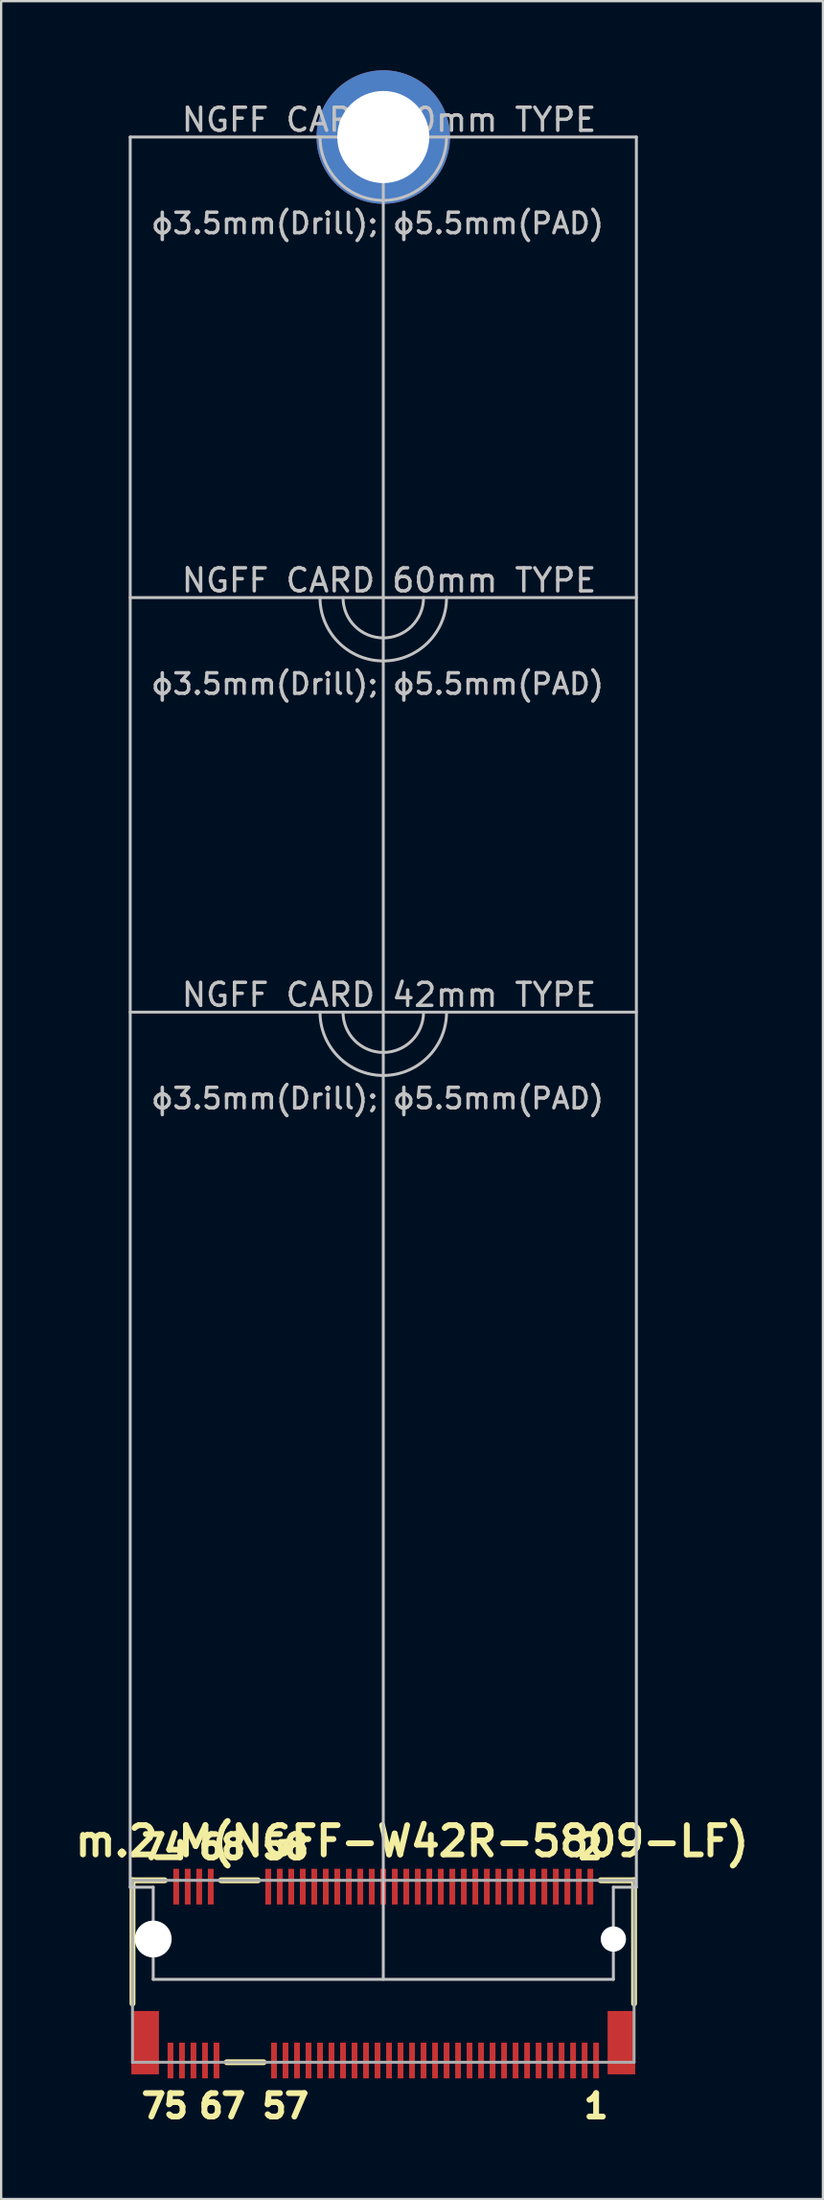
<source format=kicad_pcb>
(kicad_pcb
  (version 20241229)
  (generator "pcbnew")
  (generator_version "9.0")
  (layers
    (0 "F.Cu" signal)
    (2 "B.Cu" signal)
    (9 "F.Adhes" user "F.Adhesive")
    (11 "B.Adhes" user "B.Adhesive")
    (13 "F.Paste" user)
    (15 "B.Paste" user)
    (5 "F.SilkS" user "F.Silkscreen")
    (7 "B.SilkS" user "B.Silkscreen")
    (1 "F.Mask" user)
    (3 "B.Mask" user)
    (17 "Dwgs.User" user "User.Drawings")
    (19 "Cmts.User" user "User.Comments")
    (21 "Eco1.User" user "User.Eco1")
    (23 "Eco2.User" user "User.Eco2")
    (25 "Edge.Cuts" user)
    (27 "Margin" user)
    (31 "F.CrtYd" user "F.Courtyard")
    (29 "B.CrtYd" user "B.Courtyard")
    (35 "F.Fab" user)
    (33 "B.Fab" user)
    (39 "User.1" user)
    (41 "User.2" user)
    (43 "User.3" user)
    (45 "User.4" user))
  (footprint "m.2_M(NGFF-W42R-5809-LF)"
    (layer "F.Cu")
    (at 13.609 82.65)
    (property "Reference" "m.2_M(NGFF-W42R-5809-LF)" (at 1.25 -5.75 0) (layer "F.SilkS") (effects (font (size 1.27 1.27) (thickness 0.254))))
    (attr smd)
    (fp_line (start -10.9 -4.05) (end -9.5 -4.05) (stroke (width 0.254) (type solid)) (layer "F.SilkS"))
    (fp_line (start -10.9 1.3) (end -10.9 -4.05) (stroke (width 0.254) (type solid)) (layer "F.SilkS"))
    (fp_line (start -7.05 -4.05) (end -5.45 -4.05) (stroke (width 0.254) (type solid)) (layer "F.SilkS"))
    (fp_line (start -6.8 3.85) (end -5.2 3.85) (stroke (width 0.254) (type solid)) (layer "F.SilkS"))
    (fp_line (start 9.45 -4.05) (end 10.9 -4.05) (stroke (width 0.254) (type solid)) (layer "F.SilkS"))
    (fp_line (start 10.9 -4.05) (end 10.9 1.3) (stroke (width 0.254) (type solid)) (layer "F.SilkS"))
    (fp_line (start -11 -79.75) (end -11 -3.75) (stroke (width 0.127) (type solid)) (layer "Dwgs.User"))
    (fp_line (start -11 -3.75) (end -10 -3.75) (stroke (width 0.127) (type solid)) (layer "Dwgs.User"))
    (fp_line (start -10 -3.75) (end -10 0.25) (stroke (width 0.127) (type solid)) (layer "Dwgs.User"))
    (fp_line (start -10 0.25) (end 10 0.25) (stroke (width 0.127) (type solid)) (layer "Dwgs.User"))
    (fp_line (start 0 -41.75) (end 0 -79.75) (stroke (width 0.127) (type solid)) (layer "Dwgs.User"))
    (fp_line (start 0 -41.75) (end 0 0.25) (stroke (width 0.127) (type solid)) (layer "Dwgs.User"))
    (fp_line (start 10 -3.75) (end 10 0.25) (stroke (width 0.127) (type solid)) (layer "Dwgs.User"))
    (fp_line (start 11 -79.75) (end -11 -79.75) (stroke (width 0.127) (type solid)) (layer "Dwgs.User"))
    (fp_line (start 11 -59.75) (end -11 -59.75) (stroke (width 0.127) (type solid)) (layer "Dwgs.User"))
    (fp_line (start 11 -41.75) (end -11 -41.75) (stroke (width 0.127) (type solid)) (layer "Dwgs.User"))
    (fp_line (start 11 -3.75) (end 10 -3.75) (stroke (width 0.127) (type solid)) (layer "Dwgs.User"))
    (fp_line (start 11 -3.75) (end 11 -79.75) (stroke (width 0.127) (type solid)) (layer "Dwgs.User"))
    (fp_arc (start 1.75 -79.75) (mid 0 -78) (end -1.75 -79.75) (stroke (width 0.127) (type solid)) (layer "Dwgs.User"))
    (fp_arc (start 1.75 -59.75) (mid 0 -58) (end -1.75 -59.75) (stroke (width 0.127) (type solid)) (layer "Dwgs.User"))
    (fp_arc (start 1.75 -41.75) (mid 0 -40) (end -1.75 -41.75) (stroke (width 0.127) (type solid)) (layer "Dwgs.User"))
    (fp_arc (start 2.75 -79.75) (mid 0 -77) (end -2.75 -79.75) (stroke (width 0.127) (type solid)) (layer "Dwgs.User"))
    (fp_arc (start 2.75 -59.75) (mid 0 -57) (end -2.75 -59.75) (stroke (width 0.127) (type solid)) (layer "Dwgs.User"))
    (fp_arc (start 2.75 -41.75) (mid 0 -39) (end -2.75 -41.75) (stroke (width 0.127) (type solid)) (layer "Dwgs.User"))
    (fp_line (start -10.9 -4.05) (end 10.9 -4.05) (stroke (width 0.127) (type solid)) (layer "F.Fab"))
    (fp_line (start -10.9 3.85) (end -10.9 -4.05) (stroke (width 0.127) (type solid)) (layer "F.Fab"))
    (fp_line (start -10.9 3.85) (end 10.9 3.85) (stroke (width 0.127) (type solid)) (layer "F.Fab"))
    (fp_line (start 10.9 3.85) (end 10.9 -4.05) (stroke (width 0.127) (type solid)) (layer "F.Fab"))
    (fp_text user "67" (at -7 5.75 0) (layer "F.SilkS") (effects (font (size 1.016 1.016) (thickness 0.254))))
    (fp_text user "74" (at -9.5 -5.5 0) (layer "F.SilkS") (effects (font (size 1.016 1.016) (thickness 0.254))))
    (fp_text user "57" (at -4.25 5.75 0) (layer "F.SilkS") (effects (font (size 1.016 1.016) (thickness 0.254))))
    (fp_text user "75" (at -9.5 5.75 0) (layer "F.SilkS") (effects (font (size 1.016 1.016) (thickness 0.254))))
    (fp_text user "58" (at -4.25 -5.5 0) (layer "F.SilkS") (effects (font (size 1.016 1.016) (thickness 0.254))))
    (fp_text user "68" (at -7 -5.5 0) (layer "F.SilkS") (effects (font (size 1.016 1.016) (thickness 0.254))))
    (fp_text user "1" (at 9.25 5.75 0) (layer "F.SilkS") (effects (font (size 1.016 1.016) (thickness 0.254))))
    (fp_text user "2" (at 9 -5.5 0) (layer "F.SilkS") (effects (font (size 1.016 1.016) (thickness 0.254))))
    (fp_text user "ф3.5mm(Drill); ф5.5mm(PAD)" (at -0.25 -76 0) (layer "Dwgs.User") (effects (font (size 0.889 0.889) (thickness 0.15))))
    (fp_text user "NGFF CARD 80mm TYPE" (at 0.25 -80.5 0) (layer "Dwgs.User") (effects (font (size 1 1) (thickness 0.15))))
    (fp_text user "NGFF CARD 60mm TYPE" (at 0.25 -60.5 0) (layer "Dwgs.User") (effects (font (size 1 1) (thickness 0.15))))
    (fp_text user "NGFF CARD 42mm TYPE" (at 0.25 -42.5 0) (layer "Dwgs.User") (effects (font (size 1 1) (thickness 0.15))))
    (fp_text user "ф3.5mm(Drill); ф5.5mm(PAD)" (at -0.25 -56 0) (layer "Dwgs.User") (effects (font (size 0.889 0.889) (thickness 0.15))))
    (fp_text user "ф3.5mm(Drill); ф5.5mm(PAD)" (at -0.25 -38 0) (layer "Dwgs.User") (effects (font (size 0.889 0.889) (thickness 0.15))))
    (pad "" np_thru_hole circle (at -10 -1.5) (size 1.6 1.6) (drill 1.6) (layers "*.Cu" "*.Mask"))
    (pad "" np_thru_hole circle (at 10 -1.5) (size 1.1 1.1) (drill 1.1) (layers "*.Cu" "*.Mask"))
    (pad "1" smd rect (at 9.25 3.775) (size 0.25 1.55) (layers "F.Cu" "F.Mask" "F.Paste"))
    (pad "2" smd rect (at 9 -3.775) (size 0.25 1.55) (layers "F.Cu" "F.Mask" "F.Paste"))
    (pad "3" smd rect (at 8.75 3.775) (size 0.25 1.55) (layers "F.Cu" "F.Mask" "F.Paste"))
    (pad "4" smd rect (at 8.5 -3.775) (size 0.25 1.55) (layers "F.Cu" "F.Mask" "F.Paste"))
    (pad "5" smd rect (at 8.25 3.775) (size 0.25 1.55) (layers "F.Cu" "F.Mask" "F.Paste"))
    (pad "6" smd rect (at 8 -3.775) (size 0.25 1.55) (layers "F.Cu" "F.Mask" "F.Paste"))
    (pad "7" smd rect (at 7.75 3.775) (size 0.25 1.55) (layers "F.Cu" "F.Mask" "F.Paste"))
    (pad "8" smd rect (at 7.5 -3.775) (size 0.25 1.55) (layers "F.Cu" "F.Mask" "F.Paste"))
    (pad "9" smd rect (at 7.25 3.775) (size 0.25 1.55) (layers "F.Cu" "F.Mask" "F.Paste"))
    (pad "10" smd rect (at 7 -3.775) (size 0.25 1.55) (layers "F.Cu" "F.Mask" "F.Paste"))
    (pad "11" smd rect (at 6.75 3.775) (size 0.25 1.55) (layers "F.Cu" "F.Mask" "F.Paste"))
    (pad "12" smd rect (at 6.5 -3.775) (size 0.25 1.55) (layers "F.Cu" "F.Mask" "F.Paste"))
    (pad "13" smd rect (at 6.25 3.775) (size 0.25 1.55) (layers "F.Cu" "F.Mask" "F.Paste"))
    (pad "14" smd rect (at 6 -3.775) (size 0.25 1.55) (layers "F.Cu" "F.Mask" "F.Paste"))
    (pad "15" smd rect (at 5.75 3.775) (size 0.25 1.55) (layers "F.Cu" "F.Mask" "F.Paste"))
    (pad "16" smd rect (at 5.5 -3.775) (size 0.25 1.55) (layers "F.Cu" "F.Mask" "F.Paste"))
    (pad "17" smd rect (at 5.25 3.775) (size 0.25 1.55) (layers "F.Cu" "F.Mask" "F.Paste"))
    (pad "18" smd rect (at 5 -3.775) (size 0.25 1.55) (layers "F.Cu" "F.Mask" "F.Paste"))
    (pad "19" smd rect (at 4.75 3.775) (size 0.25 1.55) (layers "F.Cu" "F.Mask" "F.Paste"))
    (pad "20" smd rect (at 4.5 -3.775) (size 0.25 1.55) (layers "F.Cu" "F.Mask" "F.Paste"))
    (pad "21" smd rect (at 4.25 3.775) (size 0.25 1.55) (layers "F.Cu" "F.Mask" "F.Paste"))
    (pad "22" smd rect (at 4 -3.775) (size 0.25 1.55) (layers "F.Cu" "F.Mask" "F.Paste"))
    (pad "23" smd rect (at 3.75 3.775) (size 0.25 1.55) (layers "F.Cu" "F.Mask" "F.Paste"))
    (pad "24" smd rect (at 3.5 -3.775) (size 0.25 1.55) (layers "F.Cu" "F.Mask" "F.Paste"))
    (pad "25" smd rect (at 3.25 3.775) (size 0.25 1.55) (layers "F.Cu" "F.Mask" "F.Paste"))
    (pad "26" smd rect (at 3 -3.775) (size 0.25 1.55) (layers "F.Cu" "F.Mask" "F.Paste"))
    (pad "27" smd rect (at 2.75 3.775) (size 0.25 1.55) (layers "F.Cu" "F.Mask" "F.Paste"))
    (pad "28" smd rect (at 2.5 -3.775) (size 0.25 1.55) (layers "F.Cu" "F.Mask" "F.Paste"))
    (pad "29" smd rect (at 2.25 3.775) (size 0.25 1.55) (layers "F.Cu" "F.Mask" "F.Paste"))
    (pad "30" smd rect (at 2 -3.775) (size 0.25 1.55) (layers "F.Cu" "F.Mask" "F.Paste"))
    (pad "31" smd rect (at 1.75 3.775) (size 0.25 1.55) (layers "F.Cu" "F.Mask" "F.Paste"))
    (pad "32" smd rect (at 1.5 -3.775) (size 0.25 1.55) (layers "F.Cu" "F.Mask" "F.Paste"))
    (pad "33" smd rect (at 1.25 3.775) (size 0.25 1.55) (layers "F.Cu" "F.Mask" "F.Paste"))
    (pad "34" smd rect (at 1 -3.775) (size 0.25 1.55) (layers "F.Cu" "F.Mask" "F.Paste"))
    (pad "35" smd rect (at 0.75 3.775) (size 0.25 1.55) (layers "F.Cu" "F.Mask" "F.Paste"))
    (pad "36" smd rect (at 0.5 -3.775) (size 0.25 1.55) (layers "F.Cu" "F.Mask" "F.Paste"))
    (pad "37" smd rect (at 0.25 3.775) (size 0.25 1.55) (layers "F.Cu" "F.Mask" "F.Paste"))
    (pad "38" smd rect (at 0 -3.775) (size 0.25 1.55) (layers "F.Cu" "F.Mask" "F.Paste"))
    (pad "39" smd rect (at -0.25 3.775) (size 0.25 1.55) (layers "F.Cu" "F.Mask" "F.Paste"))
    (pad "40" smd rect (at -0.5 -3.775) (size 0.25 1.55) (layers "F.Cu" "F.Mask" "F.Paste"))
    (pad "41" smd rect (at -0.75 3.775) (size 0.25 1.55) (layers "F.Cu" "F.Mask" "F.Paste"))
    (pad "42" smd rect (at -1 -3.775) (size 0.25 1.55) (layers "F.Cu" "F.Mask" "F.Paste"))
    (pad "43" smd rect (at -1.25 3.775) (size 0.25 1.55) (layers "F.Cu" "F.Mask" "F.Paste"))
    (pad "44" smd rect (at -1.5 -3.775) (size 0.25 1.55) (layers "F.Cu" "F.Mask" "F.Paste"))
    (pad "45" smd rect (at -1.75 3.775) (size 0.25 1.55) (layers "F.Cu" "F.Mask" "F.Paste"))
    (pad "46" smd rect (at -2 -3.775) (size 0.25 1.55) (layers "F.Cu" "F.Mask" "F.Paste"))
    (pad "47" smd rect (at -2.25 3.775) (size 0.25 1.55) (layers "F.Cu" "F.Mask" "F.Paste"))
    (pad "48" smd rect (at -2.5 -3.775) (size 0.25 1.55) (layers "F.Cu" "F.Mask" "F.Paste"))
    (pad "49" smd rect (at -2.75 3.775) (size 0.25 1.55) (layers "F.Cu" "F.Mask" "F.Paste"))
    (pad "50" smd rect (at -3 -3.775) (size 0.25 1.55) (layers "F.Cu" "F.Mask" "F.Paste"))
    (pad "51" smd rect (at -3.25 3.775) (size 0.25 1.55) (layers "F.Cu" "F.Mask" "F.Paste"))
    (pad "52" smd rect (at -3.5 -3.775) (size 0.25 1.55) (layers "F.Cu" "F.Mask" "F.Paste"))
    (pad "53" smd rect (at -3.75 3.775) (size 0.25 1.55) (layers "F.Cu" "F.Mask" "F.Paste"))
    (pad "54" smd rect (at -4 -3.775) (size 0.25 1.55) (layers "F.Cu" "F.Mask" "F.Paste"))
    (pad "55" smd rect (at -4.25 3.775) (size 0.25 1.55) (layers "F.Cu" "F.Mask" "F.Paste"))
    (pad "56" smd rect (at -4.5 -3.775) (size 0.25 1.55) (layers "F.Cu" "F.Mask" "F.Paste"))
    (pad "57" smd rect (at -4.75 3.775) (size 0.25 1.55) (layers "F.Cu" "F.Mask" "F.Paste"))
    (pad "58" smd rect (at -5 -3.775) (size 0.25 1.55) (layers "F.Cu" "F.Mask" "F.Paste"))
    (pad "67" smd rect (at -7.25 3.775) (size 0.25 1.55) (layers "F.Cu" "F.Mask" "F.Paste"))
    (pad "68" smd rect (at -7.5 -3.775) (size 0.25 1.55) (layers "F.Cu" "F.Mask" "F.Paste"))
    (pad "69" smd rect (at -7.75 3.775) (size 0.25 1.55) (layers "F.Cu" "F.Mask" "F.Paste"))
    (pad "70" smd rect (at -8 -3.775) (size 0.25 1.55) (layers "F.Cu" "F.Mask" "F.Paste"))
    (pad "71" smd rect (at -8.25 3.775) (size 0.25 1.55) (layers "F.Cu" "F.Mask" "F.Paste"))
    (pad "72" smd rect (at -8.5 -3.775) (size 0.25 1.55) (layers "F.Cu" "F.Mask" "F.Paste"))
    (pad "73" smd rect (at -8.75 3.775) (size 0.25 1.55) (layers "F.Cu" "F.Mask" "F.Paste"))
    (pad "74" smd rect (at -9 -3.775) (size 0.25 1.55) (layers "F.Cu" "F.Mask" "F.Paste"))
    (pad "75" smd rect (at -9.25 3.775) (size 0.25 1.55) (layers "F.Cu" "F.Mask" "F.Paste"))
    (pad "MP1" smd rect (at -10.35 3) (size 1.2 2.75) (layers "F.Cu" "F.Mask" "F.Paste"))
    (pad "MP2" smd rect (at 10.35 3) (size 1.2 2.75) (layers "F.Cu" "F.Mask" "F.Paste"))
    (pad "MP3" thru_hole circle (at 0 -79.75) (size 5.8 5.8) (drill 4) (layers "*.Cu" "*.Mask")))
  (gr_rect
    (start -3 -3)
    (end 32.718 92.44)
    (stroke (width 0.1) (type default))
    (fill no)
    (layer "Edge.Cuts")))
</source>
